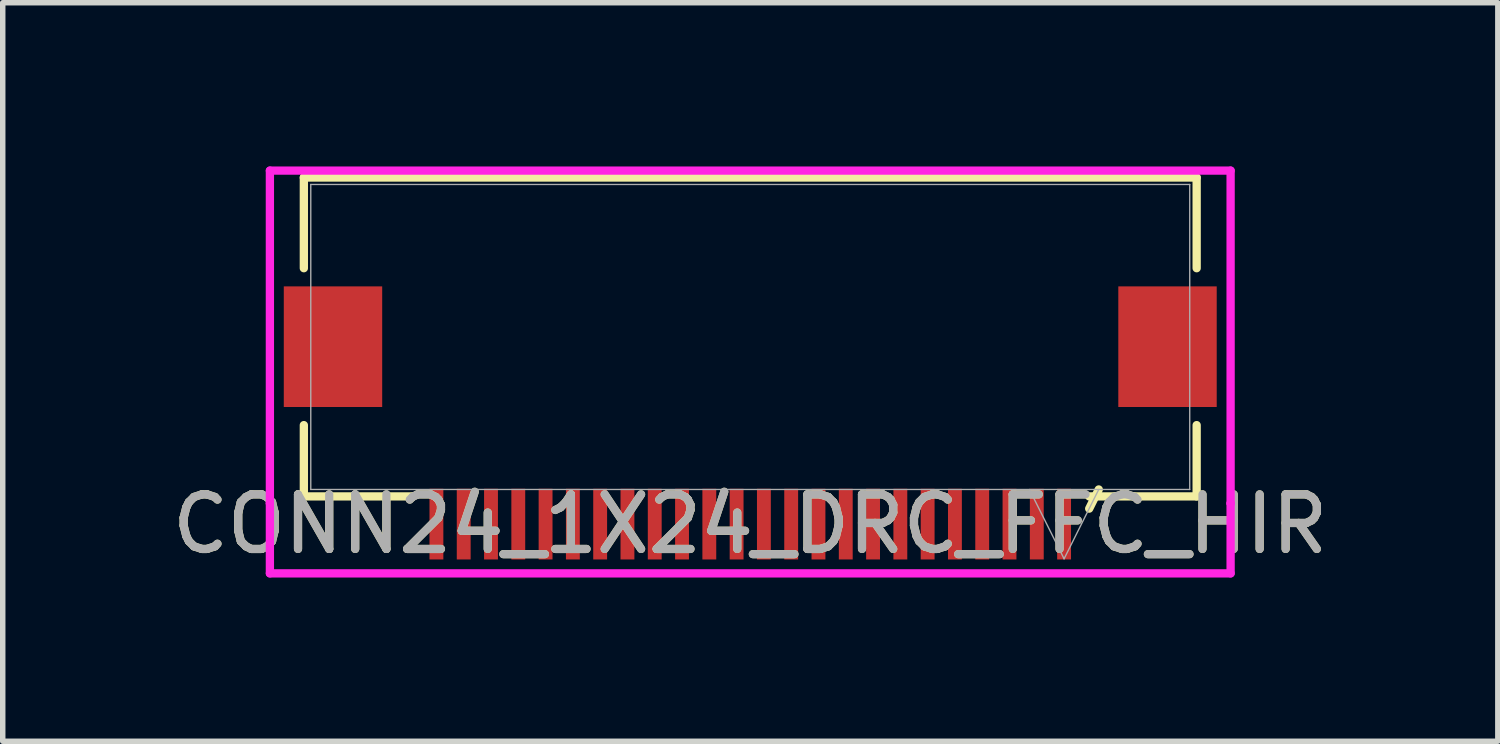
<source format=kicad_pcb>
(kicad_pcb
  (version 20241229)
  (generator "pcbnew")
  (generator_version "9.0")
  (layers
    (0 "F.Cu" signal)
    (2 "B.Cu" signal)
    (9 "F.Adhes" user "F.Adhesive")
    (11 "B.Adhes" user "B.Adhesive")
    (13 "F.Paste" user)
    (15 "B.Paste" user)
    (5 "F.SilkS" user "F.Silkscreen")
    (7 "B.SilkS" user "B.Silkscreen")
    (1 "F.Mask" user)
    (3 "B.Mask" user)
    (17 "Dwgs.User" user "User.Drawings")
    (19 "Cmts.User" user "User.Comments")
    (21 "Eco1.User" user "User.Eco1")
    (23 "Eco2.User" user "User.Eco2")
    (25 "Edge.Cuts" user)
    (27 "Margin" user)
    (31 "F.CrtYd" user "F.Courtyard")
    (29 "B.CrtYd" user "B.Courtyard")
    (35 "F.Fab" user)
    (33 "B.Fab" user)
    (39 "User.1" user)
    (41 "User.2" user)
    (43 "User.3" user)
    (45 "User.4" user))
  (footprint "CONN24_1X24_DRC_FFC_HIR"
    (layer "F.Cu")
    (at 10.696 3.124)
    (property "Reference" "CONN24_1X24_DRC_FFC_HIR" (at 0 3.429 0) (unlocked yes) (layer "F.SilkS") (effects (font (size 1 1) (thickness 0.15))))
    (attr smd)
    (fp_line (start -8.179 -2.921) (end -8.179 -1.26) (stroke (width 0.152) (type solid)) (layer "F.SilkS"))
    (fp_line (start -8.179 1.615) (end -8.179 2.921) (stroke (width 0.152) (type solid)) (layer "F.SilkS"))
    (fp_line (start -8.179 2.921) (end -6.21 2.921) (stroke (width 0.152) (type solid)) (layer "F.SilkS"))
    (fp_line (start 6.21 2.921) (end 8.179 2.921) (stroke (width 0.152) (type solid)) (layer "F.SilkS"))
    (fp_line (start 6.385 2.794) (end 6.21 3.145) (stroke (width 0.152) (type solid)) (layer "F.SilkS"))
    (fp_line (start 8.179 -2.921) (end -8.179 -2.921) (stroke (width 0.152) (type solid)) (layer "F.SilkS"))
    (fp_line (start 8.179 -1.26) (end 8.179 -2.921) (stroke (width 0.152) (type solid)) (layer "F.SilkS"))
    (fp_line (start 8.179 2.921) (end 8.179 1.615) (stroke (width 0.152) (type solid)) (layer "F.SilkS"))
    (fp_line (start -8.801 -3.048) (end -8.801 3.048) (stroke (width 0.152) (type solid)) (layer "F.CrtYd"))
    (fp_line (start -8.801 3.048) (end -8.801 3.048) (stroke (width 0.152) (type solid)) (layer "F.CrtYd"))
    (fp_line (start -8.801 3.048) (end -8.801 4.331) (stroke (width 0.152) (type solid)) (layer "F.CrtYd"))
    (fp_line (start -8.801 4.331) (end 8.801 4.331) (stroke (width 0.152) (type solid)) (layer "F.CrtYd"))
    (fp_line (start 8.801 -3.048) (end -8.801 -3.048) (stroke (width 0.152) (type solid)) (layer "F.CrtYd"))
    (fp_line (start 8.801 3.048) (end 8.801 -3.048) (stroke (width 0.152) (type solid)) (layer "F.CrtYd"))
    (fp_line (start 8.801 3.048) (end 8.801 3.048) (stroke (width 0.152) (type solid)) (layer "F.CrtYd"))
    (fp_line (start 8.801 4.331) (end 8.801 3.048) (stroke (width 0.152) (type solid)) (layer "F.CrtYd"))
    (fp_line (start -8.052 -2.794) (end -8.052 2.794) (stroke (width 0.025) (type solid)) (layer "F.Fab"))
    (fp_line (start -8.052 2.794) (end 8.052 2.794) (stroke (width 0.025) (type solid)) (layer "F.Fab"))
    (fp_line (start 5.115 2.794) (end 5.75 4.064) (stroke (width 0.025) (type solid)) (layer "F.Fab"))
    (fp_line (start 6.385 2.794) (end 5.75 4.064) (stroke (width 0.025) (type solid)) (layer "F.Fab"))
    (fp_line (start 8.052 -2.794) (end -8.052 -2.794) (stroke (width 0.025) (type solid)) (layer "F.Fab"))
    (fp_line (start 8.052 2.794) (end 8.052 -2.794) (stroke (width 0.025) (type solid)) (layer "F.Fab"))
    (fp_text user "${REFERENCE}" (at 0 3.429 0) (unlocked yes) (layer "F.Fab") (effects (font (size 1 1) (thickness 0.15))))
    (pad "1" smd rect (at 5.75 3.429 90) (size 1.295 0.254) (layers "F.Cu" "F.Mask" "F.Paste"))
    (pad "2" smd rect (at 5.25 3.429 90) (size 1.295 0.254) (layers "F.Cu" "F.Mask" "F.Paste"))
    (pad "3" smd rect (at 4.75 3.429 90) (size 1.295 0.254) (layers "F.Cu" "F.Mask" "F.Paste"))
    (pad "4" smd rect (at 4.25 3.429 90) (size 1.295 0.254) (layers "F.Cu" "F.Mask" "F.Paste"))
    (pad "5" smd rect (at 3.75 3.429 90) (size 1.295 0.254) (layers "F.Cu" "F.Mask" "F.Paste"))
    (pad "6" smd rect (at 3.25 3.429 90) (size 1.295 0.254) (layers "F.Cu" "F.Mask" "F.Paste"))
    (pad "7" smd rect (at 2.75 3.429 90) (size 1.295 0.254) (layers "F.Cu" "F.Mask" "F.Paste"))
    (pad "8" smd rect (at 2.25 3.429 90) (size 1.295 0.254) (layers "F.Cu" "F.Mask" "F.Paste"))
    (pad "9" smd rect (at 1.75 3.429 90) (size 1.295 0.254) (layers "F.Cu" "F.Mask" "F.Paste"))
    (pad "10" smd rect (at 1.25 3.429 90) (size 1.295 0.254) (layers "F.Cu" "F.Mask" "F.Paste"))
    (pad "11" smd rect (at 0.75 3.429 90) (size 1.295 0.254) (layers "F.Cu" "F.Mask" "F.Paste"))
    (pad "12" smd rect (at 0.25 3.429 90) (size 1.295 0.254) (layers "F.Cu" "F.Mask" "F.Paste"))
    (pad "13" smd rect (at -0.25 3.429 90) (size 1.295 0.254) (layers "F.Cu" "F.Mask" "F.Paste"))
    (pad "14" smd rect (at -0.75 3.429 90) (size 1.295 0.254) (layers "F.Cu" "F.Mask" "F.Paste"))
    (pad "15" smd rect (at -1.25 3.429 90) (size 1.295 0.254) (layers "F.Cu" "F.Mask" "F.Paste"))
    (pad "16" smd rect (at -1.75 3.429 90) (size 1.295 0.254) (layers "F.Cu" "F.Mask" "F.Paste"))
    (pad "17" smd rect (at -2.25 3.429 90) (size 1.295 0.254) (layers "F.Cu" "F.Mask" "F.Paste"))
    (pad "18" smd rect (at -2.75 3.429 90) (size 1.295 0.254) (layers "F.Cu" "F.Mask" "F.Paste"))
    (pad "19" smd rect (at -3.25 3.429 90) (size 1.295 0.254) (layers "F.Cu" "F.Mask" "F.Paste"))
    (pad "20" smd rect (at -3.75 3.429 90) (size 1.295 0.254) (layers "F.Cu" "F.Mask" "F.Paste"))
    (pad "21" smd rect (at -4.25 3.429 90) (size 1.295 0.254) (layers "F.Cu" "F.Mask" "F.Paste"))
    (pad "22" smd rect (at -4.75 3.429 90) (size 1.295 0.254) (layers "F.Cu" "F.Mask" "F.Paste"))
    (pad "23" smd rect (at -5.25 3.429 90) (size 1.295 0.254) (layers "F.Cu" "F.Mask" "F.Paste"))
    (pad "24" smd rect (at -5.75 3.429 90) (size 1.295 0.254) (layers "F.Cu" "F.Mask" "F.Paste"))
    (pad "25" smd rect (at -7.645 0.178) (size 1.803 2.21) (layers "F.Cu" "F.Mask" "F.Paste"))
    (pad "26" smd rect (at 7.645 0.178) (size 1.803 2.21) (layers "F.Cu" "F.Mask" "F.Paste")))
  (gr_rect
    (start -3 -3)
    (end 24.393 10.531)
    (stroke (width 0.1) (type default))
    (fill no)
    (layer "Edge.Cuts")))
</source>
